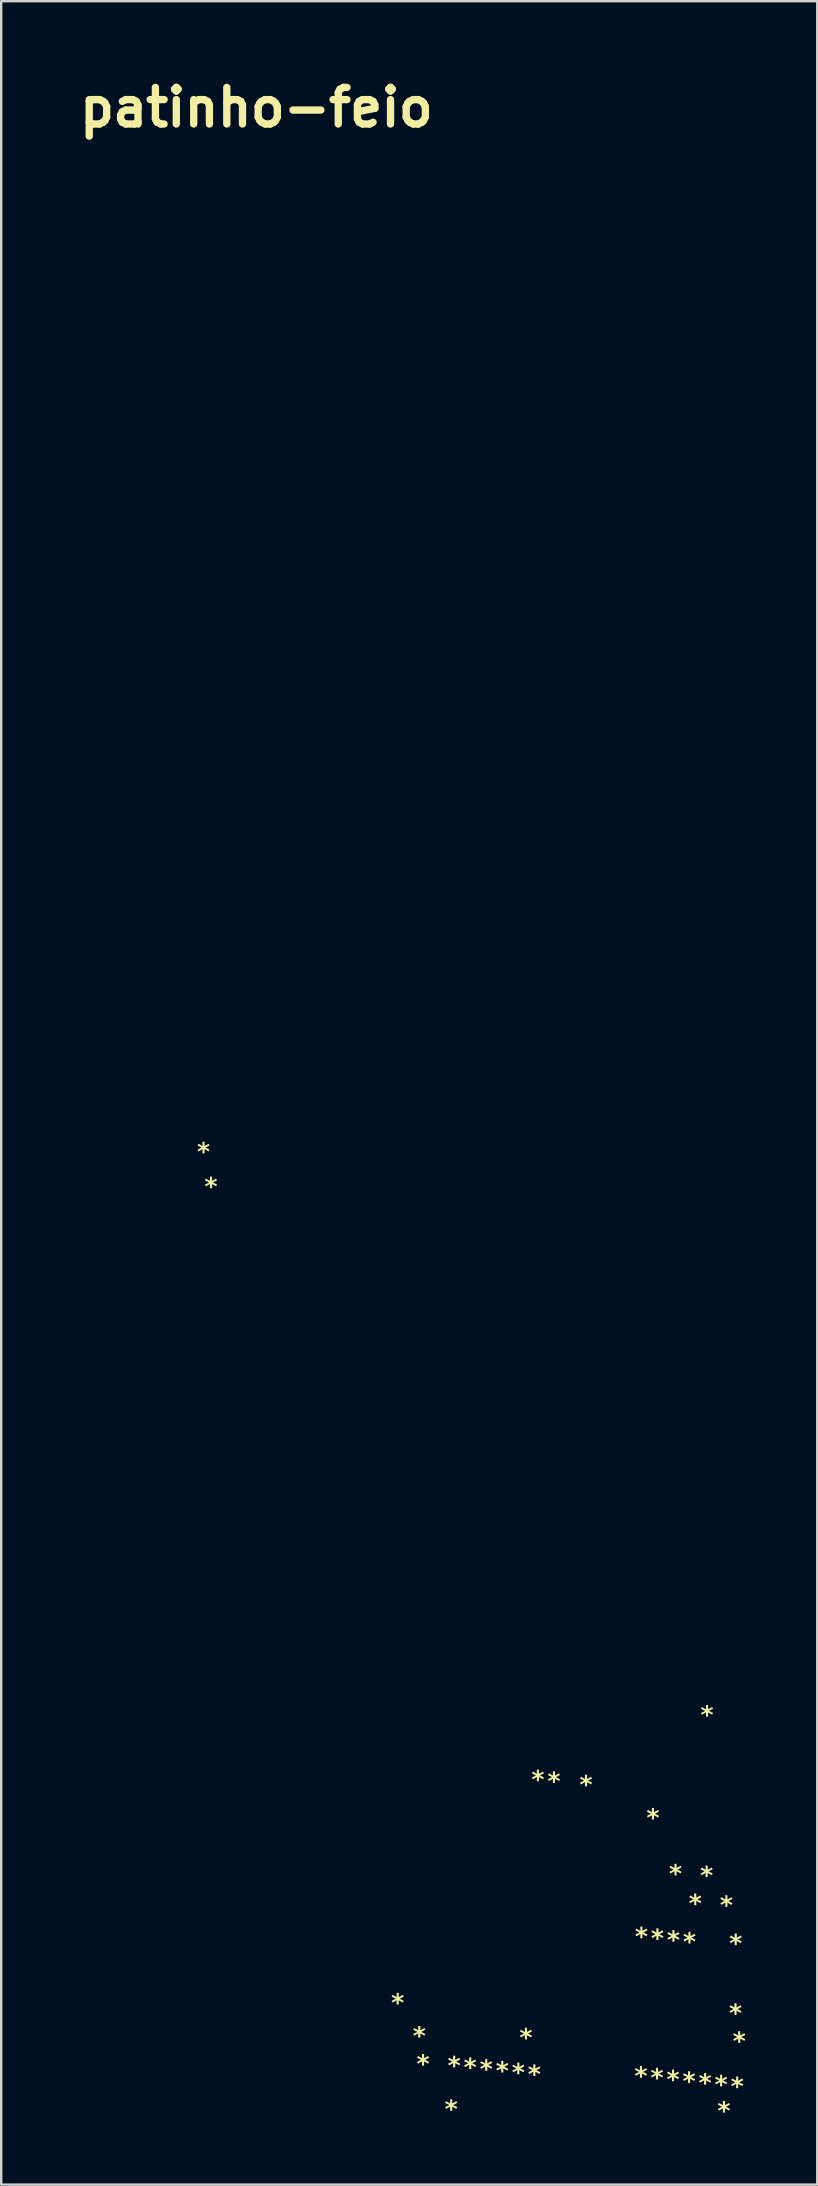
<source format=kicad_pcb>
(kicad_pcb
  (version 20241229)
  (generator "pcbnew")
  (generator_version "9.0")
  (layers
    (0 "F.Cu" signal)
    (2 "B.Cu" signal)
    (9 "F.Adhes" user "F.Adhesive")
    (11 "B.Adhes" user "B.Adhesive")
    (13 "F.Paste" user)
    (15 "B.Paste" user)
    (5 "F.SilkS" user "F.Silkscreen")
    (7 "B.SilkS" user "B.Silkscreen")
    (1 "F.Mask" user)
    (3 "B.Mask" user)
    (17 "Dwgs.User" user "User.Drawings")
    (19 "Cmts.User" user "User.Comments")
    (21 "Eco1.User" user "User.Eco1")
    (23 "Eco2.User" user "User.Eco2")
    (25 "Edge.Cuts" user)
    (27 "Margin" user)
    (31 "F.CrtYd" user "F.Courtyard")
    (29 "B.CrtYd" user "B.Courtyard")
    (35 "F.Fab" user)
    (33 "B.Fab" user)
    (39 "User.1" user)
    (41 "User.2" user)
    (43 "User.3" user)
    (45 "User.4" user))
  (footprint "patinho-feio"
    (layer "F.Cu")
    (at 7.635 44.729)
    (property "Reference" "patinho-feio" (at 0 -43.302 0) (layer "F.SilkS") (effects (font (size 1.524 1.524) (thickness 0.305))))
    (attr smd)
    (fp_poly (pts (xy 19.735 39.923) (xy 20.247 39.152) (xy 20.078 39.058) (xy 20.078 39.234) (xy 19.99 39.234) (xy 19.99 39.058) (xy 19.821 39.152) (xy 19.782 39.08) (xy 19.952 38.991) (xy 19.782 38.903) (xy 19.821 38.831) (xy 19.99 38.924) (xy 19.99 38.748) (xy 20.078 38.748) (xy 20.078 38.924) (xy 20.247 38.831) (xy 20.286 38.903) (xy 20.118 38.991) (xy 20.286 39.08) (xy 20.247 39.152) (xy 19.735 39.923) (xy 19.618 38.831) (xy 19.45 38.919) (xy 19.618 39.008) (xy 19.579 39.08) (xy 19.41 38.986) (xy 19.41 39.162) (xy 19.322 39.162) (xy 19.322 38.986) (xy 19.153 39.08) (xy 19.114 39.008) (xy 19.284 38.919) (xy 19.114 38.831) (xy 19.153 38.759) (xy 19.322 38.852) (xy 19.322 38.676) (xy 19.41 38.676) (xy 19.41 38.852) (xy 19.579 38.759) (xy 19.618 38.831) (xy 19.735 39.923) (xy 19.868 37.018) (xy 19.907 36.946) (xy 20.076 37.039) (xy 20.076 36.863) (xy 20.164 36.863) (xy 20.164 37.039) (xy 20.333 36.946) (xy 20.372 37.018) (xy 20.203 37.106) (xy 20.372 37.195) (xy 20.333 37.267) (xy 20.164 37.173) (xy 20.164 37.349) (xy 20.076 37.349) (xy 20.076 37.173) (xy 19.907 37.267) (xy 19.868 37.195) (xy 20.037 37.106) (xy 19.868 37.018) (xy 19.735 39.923) (xy 19.751 36.102) (xy 19.713 36.03) (xy 19.882 35.942) (xy 19.713 35.853) (xy 19.751 35.781) (xy 19.92 35.874) (xy 19.92 35.698) (xy 20.008 35.698) (xy 20.008 35.874) (xy 20.178 35.781) (xy 20.217 35.853) (xy 20.048 35.942) (xy 20.217 36.03) (xy 20.178 36.102) (xy 20.008 36.008) (xy 20.008 36.184) (xy 19.92 36.184) (xy 19.92 36.008) (xy 19.751 36.102) (xy 19.735 39.923) (xy 19.628 31.506) (xy 19.628 31.682) (xy 19.54 31.682) (xy 19.54 31.506) (xy 19.371 31.6) (xy 19.333 31.528) (xy 19.502 31.439) (xy 19.333 31.351) (xy 19.371 31.279) (xy 19.54 31.372) (xy 19.54 31.196) (xy 19.628 31.196) (xy 19.628 31.372) (xy 19.798 31.279) (xy 19.837 31.351) (xy 19.668 31.439) (xy 19.837 31.528) (xy 19.798 31.6) (xy 19.628 31.506) (xy 19.735 39.923) (xy 19.013 30.114) (xy 18.845 30.202) (xy 19.013 30.291) (xy 18.975 30.363) (xy 18.805 30.269) (xy 18.805 30.445) (xy 18.717 30.445) (xy 18.717 30.269) (xy 18.548 30.363) (xy 18.509 30.291) (xy 18.679 30.202) (xy 18.509 30.114) (xy 18.548 30.042) (xy 18.717 30.135) (xy 18.717 29.959) (xy 18.805 29.959) (xy 18.805 30.135) (xy 18.975 30.042) (xy 19.013 30.114) (xy 19.735 39.923) (xy 18.821 23.581) (xy 18.821 23.757) (xy 18.733 23.757) (xy 18.733 23.581) (xy 18.564 23.675) (xy 18.526 23.603) (xy 18.695 23.515) (xy 18.526 23.426) (xy 18.564 23.354) (xy 18.733 23.447) (xy 18.733 23.271) (xy 18.821 23.271) (xy 18.821 23.447) (xy 18.991 23.354) (xy 19.03 23.426) (xy 18.861 23.515) (xy 19.03 23.603) (xy 18.991 23.675) (xy 18.821 23.581) (xy 19.735 39.923) (xy 19.566 40.012) (xy 19.735 40.101) (xy 19.696 40.173) (xy 19.526 40.079) (xy 19.526 40.254) (xy 19.438 40.254) (xy 8.369 39.851) (xy 8.2 39.94) (xy 8.369 40.029) (xy 8.33 40.101) (xy 8.16 40.007) (xy 8.16 40.182) (xy 8.072 40.182) (xy 8.072 40.007) (xy 7.903 40.101) (xy 7.864 40.029) (xy 8.034 39.94) (xy 7.864 39.851) (xy 7.903 39.779) (xy 8.072 39.872) (xy 8.072 39.697) (xy 8.16 39.697) (xy 8.16 39.872) (xy 8.33 39.779) (xy 8.369 39.851) (xy 19.438 40.254) (xy 16.239 38.72) (xy 16.069 38.626) (xy 16.069 38.802) (xy 15.981 38.802) (xy 15.981 38.626) (xy 15.812 38.72) (xy 15.773 38.648) (xy 15.943 38.559) (xy 15.773 38.471) (xy 15.812 38.399) (xy 15.981 38.492) (xy 15.981 38.316) (xy 16.069 38.316) (xy 16.069 38.492) (xy 16.239 38.399) (xy 16.278 38.471) (xy 16.109 38.559) (xy 16.278 38.648) (xy 16.239 38.72) (xy 19.438 40.254) (xy 11.834 38.399) (xy 11.665 38.487) (xy 11.834 38.576) (xy 11.795 38.648) (xy 11.625 38.554) (xy 11.625 38.73) (xy 11.537 38.73) (xy 11.537 38.554) (xy 11.368 38.648) (xy 11.33 38.576) (xy 11.499 38.487) (xy 11.33 38.399) (xy 11.368 38.327) (xy 11.537 38.42) (xy 11.537 38.244) (xy 11.625 38.244) (xy 11.625 38.42) (xy 11.795 38.327) (xy 11.834 38.399) (xy 19.438 40.254) (xy 10.957 38.658) (xy 10.869 38.658) (xy 10.869 38.482) (xy 10.7 38.576) (xy 10.661 38.504) (xy 10.831 38.415) (xy 10.661 38.327) (xy 10.7 38.255) (xy 10.869 38.348) (xy 10.869 38.172) (xy 10.957 38.172) (xy 10.957 38.348) (xy 11.127 38.255) (xy 11.166 38.327) (xy 10.997 38.415) (xy 11.166 38.504) (xy 11.127 38.576) (xy 10.957 38.482) (xy 10.957 38.658) (xy 19.438 40.254) (xy 10.289 38.586) (xy 10.201 38.586) (xy 10.201 38.41) (xy 10.032 38.504) (xy 9.993 38.432) (xy 10.163 38.343) (xy 9.993 38.255) (xy 10.032 38.183) (xy 10.201 38.276) (xy 10.201 38.1) (xy 10.289 38.1) (xy 10.289 38.276) (xy 10.459 38.183) (xy 10.497 38.255) (xy 10.329 38.343) (xy 10.497 38.432) (xy 10.459 38.504) (xy 10.289 38.41) (xy 10.289 38.586) (xy 19.438 40.254) (xy 9.621 38.514) (xy 9.533 38.514) (xy 9.533 38.338) (xy 9.364 38.432) (xy 9.325 38.36) (xy 9.495 38.271) (xy 9.325 38.183) (xy 9.364 38.111) (xy 9.533 38.204) (xy 9.533 38.028) (xy 9.621 38.028) (xy 9.621 38.204) (xy 9.791 38.111) (xy 9.829 38.183) (xy 9.661 38.271) (xy 9.829 38.36) (xy 9.791 38.432) (xy 9.621 38.338) (xy 9.621 38.514) (xy 19.438 40.254) (xy 8.953 38.442) (xy 8.865 38.442) (xy 8.865 38.266) (xy 8.696 38.36) (xy 8.657 38.288) (xy 8.827 38.199) (xy 8.657 38.111) (xy 8.696 38.039) (xy 8.865 38.132) (xy 8.865 37.956) (xy 8.953 37.956) (xy 8.953 38.132) (xy 9.122 38.039) (xy 9.161 38.111) (xy 8.993 38.199) (xy 9.161 38.288) (xy 9.122 38.36) (xy 8.953 38.266) (xy 8.953 38.442) (xy 19.438 40.254) (xy 8.285 38.37) (xy 8.197 38.37) (xy 8.197 38.194) (xy 8.028 38.288) (xy 7.989 38.216) (xy 8.159 38.127) (xy 7.989 38.039) (xy 8.028 37.967) (xy 8.197 38.059) (xy 8.197 37.884) (xy 8.285 37.884) (xy 8.285 38.059) (xy 8.454 37.967) (xy 8.493 38.039) (xy 8.325 38.127) (xy 8.493 38.216) (xy 8.454 38.288) (xy 8.285 38.194) (xy 8.285 38.37) (xy 19.438 40.254) (xy 7.157 38.216) (xy 6.987 38.122) (xy 6.987 38.298) (xy 6.899 38.298) (xy 6.899 38.122) (xy 6.73 38.216) (xy 6.692 38.144) (xy 6.861 38.055) (xy 6.692 37.967) (xy 6.73 37.895) (xy 6.899 37.987) (xy 6.899 37.812) (xy 6.987 37.812) (xy 6.987 37.987) (xy 7.157 37.895) (xy 7.196 37.967) (xy 7.027 38.055) (xy 7.196 38.144) (xy 7.157 38.216) (xy 19.438 40.254) (xy 11.316 36.962) (xy 11.484 37.051) (xy 11.445 37.123) (xy 11.276 37.029) (xy 11.276 37.205) (xy 11.188 37.205) (xy 11.188 37.029) (xy 11.019 37.123) (xy 10.98 37.051) (xy 11.15 36.962) (xy 10.98 36.874) (xy 11.019 36.802) (xy 11.188 36.895) (xy 11.188 36.719) (xy 11.276 36.719) (xy 11.276 36.895) (xy 11.445 36.802) (xy 11.484 36.874) (xy 11.316 36.962) (xy 19.438 40.254) (xy 7.04 36.802) (xy 6.872 36.89) (xy 7.04 36.979) (xy 7.002 37.051) (xy 6.832 36.957) (xy 6.832 37.133) (xy 6.744 37.133) (xy 6.744 36.957) (xy 6.575 37.051) (xy 6.536 36.979) (xy 6.706 36.89) (xy 6.536 36.802) (xy 6.575 36.73) (xy 6.744 36.823) (xy 6.744 36.647) (xy 6.832 36.647) (xy 6.832 36.823) (xy 7.002 36.73) (xy 7.04 36.802) (xy 19.438 40.254) (xy 6.139 35.421) (xy 5.971 35.509) (xy 6.139 35.598) (xy 6.101 35.67) (xy 5.931 35.576) (xy 5.931 35.752) (xy 5.843 35.752) (xy 5.843 35.576) (xy 5.674 35.67) (xy 5.635 35.598) (xy 5.805 35.509) (xy 5.635 35.421) (xy 5.674 35.349) (xy 5.843 35.442) (xy 5.843 35.266) (xy 5.931 35.266) (xy 5.931 35.442) (xy 6.101 35.349) (xy 6.139 35.421) (xy 19.438 40.254) (xy 19.438 40.079) (xy 19.269 40.173) (xy 18.654 39.09) (xy 18.654 38.914) (xy 18.485 39.008) (xy 18.446 38.936) (xy 18.615 38.847) (xy 18.446 38.759) (xy 18.485 38.687) (xy 18.654 38.78) (xy 18.654 38.604) (xy 18.742 38.604) (xy 18.742 38.78) (xy 18.911 38.687) (xy 18.95 38.759) (xy 18.781 38.847) (xy 18.95 38.936) (xy 18.911 39.008) (xy 18.742 38.914) (xy 18.742 39.09) (xy 18.654 39.09) (xy 19.269 40.173) (xy 18.282 38.864) (xy 18.243 38.936) (xy 18.073 38.842) (xy 18.073 39.018) (xy 17.986 39.018) (xy 17.986 38.842) (xy 17.817 38.936) (xy 17.778 38.864) (xy 17.947 38.775) (xy 17.778 38.687) (xy 17.817 38.615) (xy 17.986 38.708) (xy 17.986 38.532) (xy 18.073 38.532) (xy 18.073 38.708) (xy 18.243 38.615) (xy 18.282 38.687) (xy 18.113 38.775) (xy 18.282 38.864) (xy 19.269 40.173) (xy 17.614 38.792) (xy 17.575 38.864) (xy 17.405 38.77) (xy 17.405 38.946) (xy 17.318 38.946) (xy 17.318 38.77) (xy 17.148 38.864) (xy 17.11 38.792) (xy 17.279 38.703) (xy 17.11 38.615) (xy 17.148 38.543) (xy 17.318 38.636) (xy 17.318 38.46) (xy 17.405 38.46) (xy 17.405 38.636) (xy 17.575 38.543) (xy 17.614 38.615) (xy 17.445 38.703) (xy 17.614 38.792) (xy 19.269 40.173) (xy 16.907 38.792) (xy 16.737 38.698) (xy 16.737 38.874) (xy 16.649 38.874) (xy 16.649 38.698) (xy 16.48 38.792) (xy 16.442 38.72) (xy 16.611 38.631) (xy 16.442 38.543) (xy 16.48 38.471) (xy 16.649 38.564) (xy 16.649 38.388) (xy 16.737 38.388) (xy 16.737 38.564) (xy 16.907 38.471) (xy 16.946 38.543) (xy 16.777 38.631) (xy 16.946 38.72) (xy 16.907 38.792) (xy 19.269 40.173) (xy 19.23 40.101) (xy 18.298 32.876) (xy 18.13 32.964) (xy 18.298 33.053) (xy 18.259 33.125) (xy 18.09 33.031) (xy 18.09 33.207) (xy 18.002 33.207) (xy 18.002 33.031) (xy 17.833 33.125) (xy 17.794 33.053) (xy 17.964 32.964) (xy 17.794 32.876) (xy 17.833 32.804) (xy 18.002 32.896) (xy 18.002 32.721) (xy 18.09 32.721) (xy 18.09 32.896) (xy 18.259 32.804) (xy 18.298 32.876) (xy 19.23 40.101) (xy 18.243 31.61) (xy 18.243 31.434) (xy 18.074 31.528) (xy 18.035 31.456) (xy 18.205 31.367) (xy 18.035 31.279) (xy 18.074 31.207) (xy 18.243 31.3) (xy 18.243 31.124) (xy 18.331 31.124) (xy 18.331 31.3) (xy 18.5 31.207) (xy 18.539 31.279) (xy 18.371 31.367) (xy 18.539 31.456) (xy 18.5 31.528) (xy 18.331 31.434) (xy 18.331 31.61) (xy 18.243 31.61) (xy 19.23 40.101) (xy 17.212 30.219) (xy 17.381 30.13) (xy 17.212 30.042) (xy 17.251 29.97) (xy 17.42 30.063) (xy 17.42 29.887) (xy 17.508 29.887) (xy 17.508 30.063) (xy 17.677 29.97) (xy 17.716 30.042) (xy 17.547 30.13) (xy 17.716 30.219) (xy 17.677 30.291) (xy 17.508 30.197) (xy 17.508 30.373) (xy 17.42 30.373) (xy 17.42 30.197) (xy 17.251 30.291) (xy 17.212 30.219) (xy 19.23 40.101) (xy 16.737 27.962) (xy 16.568 27.868) (xy 16.568 28.044) (xy 16.48 28.044) (xy 16.48 27.868) (xy 16.311 27.962) (xy 16.272 27.89) (xy 16.442 27.801) (xy 16.272 27.713) (xy 16.311 27.641) (xy 16.48 27.733) (xy 16.48 27.558) (xy 16.568 27.558) (xy 16.568 27.733) (xy 16.737 27.641) (xy 16.776 27.713) (xy 16.608 27.801) (xy 16.776 27.89) (xy 16.737 27.962) (xy 19.23 40.101) (xy 19.4 40.012) (xy 19.23 39.923) (xy 17.63 32.804) (xy 17.462 32.892) (xy 17.63 32.981) (xy 17.591 33.053) (xy 17.422 32.959) (xy 17.422 33.135) (xy 17.334 33.135) (xy 17.334 32.959) (xy 17.165 33.053) (xy 17.126 32.981) (xy 17.296 32.892) (xy 17.126 32.804) (xy 17.165 32.732) (xy 17.334 32.824) (xy 17.334 32.649) (xy 17.422 32.649) (xy 17.422 32.824) (xy 17.591 32.732) (xy 17.63 32.804) (xy 19.23 39.923) (xy 19.269 39.851) (xy 19.438 39.944) (xy 16.962 32.909) (xy 16.923 32.981) (xy 16.754 32.887) (xy 16.754 33.062) (xy 16.666 33.062) (xy 16.666 32.887) (xy 16.497 32.981) (xy 16.458 32.909) (xy 16.627 32.82) (xy 16.458 32.732) (xy 16.497 32.659) (xy 16.666 32.752) (xy 16.666 32.577) (xy 16.754 32.577) (xy 16.754 32.752) (xy 16.923 32.659) (xy 16.962 32.732) (xy 16.793 32.82) (xy 16.962 32.909) (xy 19.438 39.944) (xy 19.438 39.769) (xy 16.294 32.659) (xy 16.125 32.748) (xy 16.294 32.837) (xy 16.255 32.909) (xy 16.085 32.815) (xy 16.085 32.99) (xy 15.998 32.99) (xy 15.998 32.815) (xy 15.829 32.909) (xy 15.79 32.837) (xy 15.959 32.748) (xy 15.79 32.659) (xy 15.829 32.587) (xy 15.998 32.68) (xy 15.998 32.505) (xy 16.085 32.505) (xy 16.085 32.68) (xy 16.255 32.587) (xy 16.294 32.659) (xy 19.438 39.769) (xy 13.691 26.663) (xy 13.691 26.487) (xy 13.522 26.581) (xy 13.483 26.509) (xy 13.653 26.42) (xy 13.483 26.332) (xy 13.522 26.26) (xy 13.691 26.353) (xy 13.691 26.177) (xy 13.779 26.177) (xy 13.779 26.353) (xy 13.948 26.26) (xy 13.987 26.332) (xy 13.819 26.42) (xy 13.987 26.509) (xy 13.948 26.581) (xy 13.779 26.487) (xy 13.779 26.663) (xy 13.691 26.663) (xy 19.438 39.769) (xy 19.526 39.769) (xy 12.186 26.437) (xy 12.147 26.365) (xy 12.316 26.276) (xy 12.147 26.188) (xy 12.186 26.116) (xy 12.355 26.209) (xy 12.355 26.033) (xy 12.443 26.033) (xy 12.443 26.209) (xy 12.612 26.116) (xy 12.651 26.188) (xy 12.482 26.276) (xy 12.651 26.365) (xy 12.612 26.437) (xy 12.443 26.343) (xy 12.443 26.519) (xy 12.355 26.519) (xy 12.355 26.343) (xy 12.186 26.437) (xy 19.526 39.769) (xy 11.983 26.116) (xy 11.814 26.204) (xy 11.983 26.293) (xy 11.944 26.365) (xy 11.774 26.271) (xy 11.774 26.447) (xy 11.687 26.447) (xy 11.687 26.271) (xy 11.518 26.365) (xy 11.479 26.293) (xy 11.648 26.204) (xy 11.479 26.116) (xy 11.518 26.044) (xy 11.687 26.137) (xy 11.687 25.961) (xy 11.774 25.961) (xy 11.774 26.137) (xy 11.944 26.044) (xy 11.983 26.116) (xy 19.526 39.769) (xy -1.641 1.406) (xy -1.809 1.494) (xy -1.641 1.583) (xy -1.68 1.655) (xy -1.849 1.561) (xy -1.849 1.737) (xy -1.937 1.737) (xy -1.937 1.561) (xy -2.106 1.655) (xy -2.145 1.583) (xy -1.975 1.494) (xy -2.145 1.406) (xy -2.106 1.334) (xy -1.937 1.427) (xy -1.937 1.251) (xy -1.849 1.251) (xy -1.849 1.427) (xy -1.68 1.334) (xy -1.641 1.406) (xy 19.526 39.769) (xy -2.248 0.284) (xy -2.248 0.108) (xy -2.417 0.202) (xy -2.456 0.13) (xy -2.286 0.041) (xy -2.456 -0.047) (xy -2.417 -0.119) (xy -2.248 -0.026) (xy -2.248 -0.202) (xy -2.16 -0.202) (xy -2.16 -0.026) (xy -1.99 -0.119) (xy -1.951 -0.047) (xy -2.12 0.041) (xy -1.951 0.13) (xy -1.99 0.202) (xy -2.16 0.108) (xy -2.16 0.284) (xy -2.248 0.284) (xy 19.526 39.769) (xy 19.526 39.944) (xy 19.696 39.851) (xy 19.721 33.125) (xy 19.89 33.036) (xy 19.721 32.948) (xy 19.76 32.876) (xy 19.929 32.969) (xy 19.929 32.793) (xy 20.017 32.793) (xy 20.017 32.969) (xy 20.186 32.876) (xy 20.225 32.948) (xy 20.056 33.036) (xy 20.225 33.125) (xy 20.186 33.197) (xy 20.017 33.103) (xy 20.017 33.279) (xy 19.929 33.279) (xy 19.929 33.103) (xy 19.76 33.197) (xy 19.721 33.125) (xy 19.696 39.851) (xy 19.735 39.923)) (stroke (width 0) (type solid)) (fill yes) (layer "F.SilkS")))
  (gr_rect
    (start -3 -3)
    (end 31.007 87.983)
    (stroke (width 0.1) (type default))
    (fill no)
    (layer "Edge.Cuts")))
</source>
